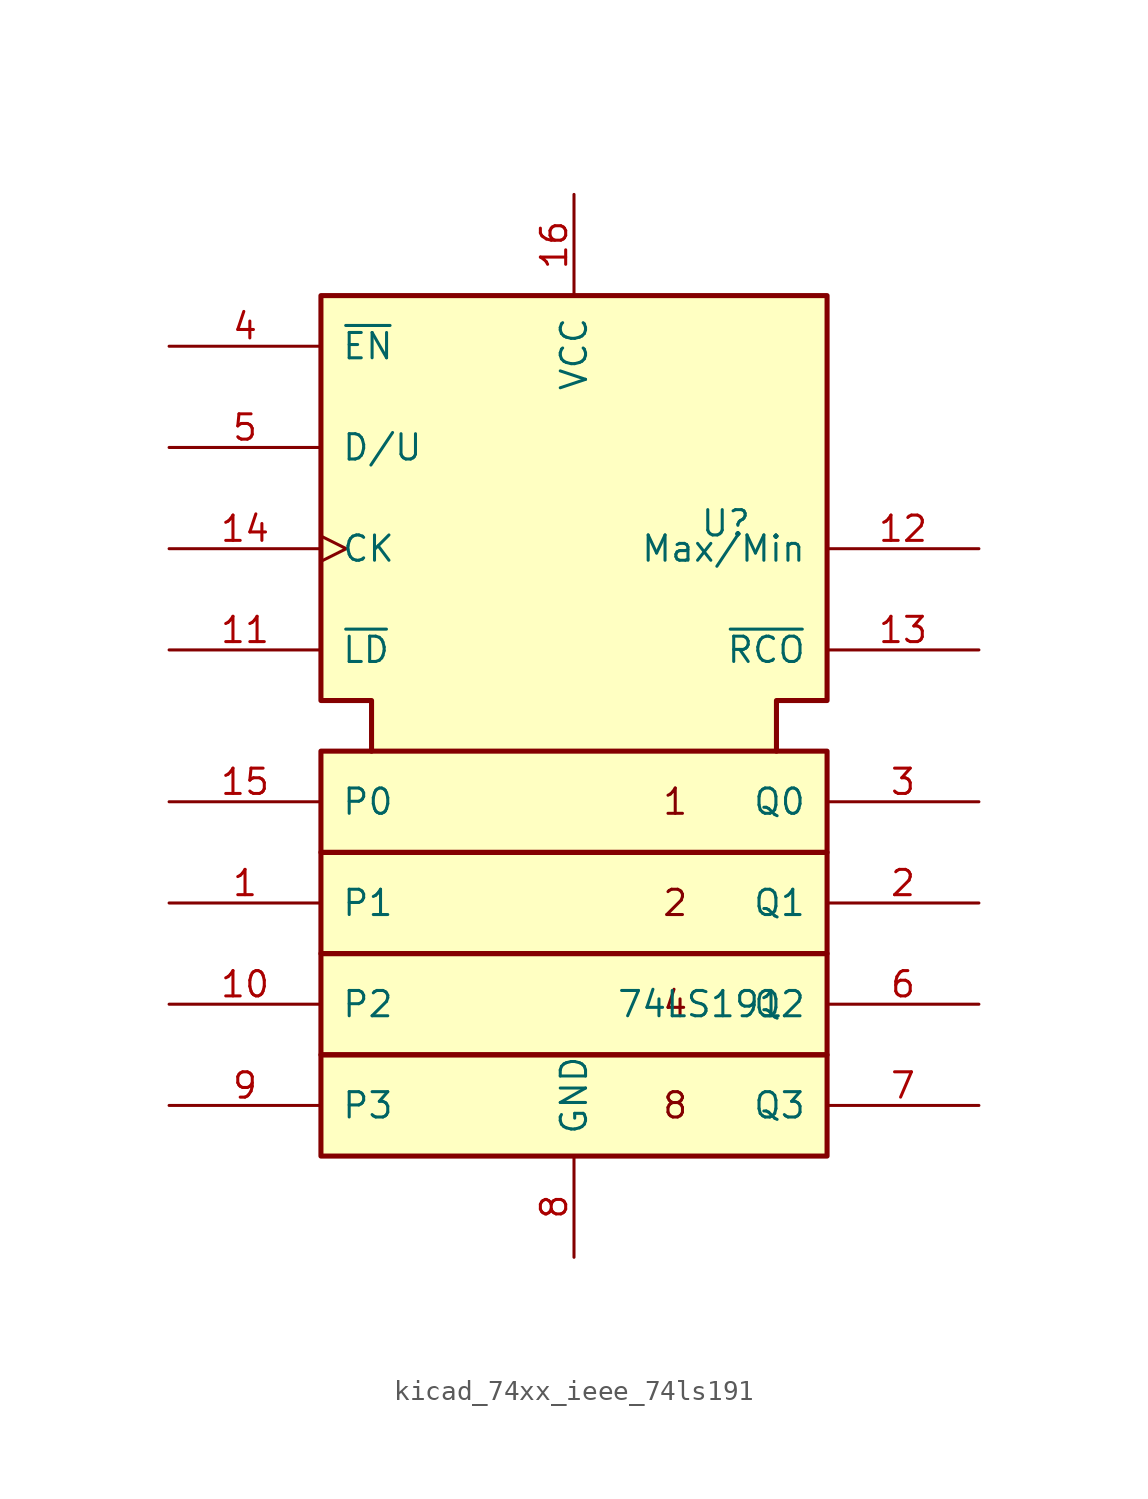
<source format=kicad_sym>
(kicad_symbol_lib
  (version 20220914)
  (generator kicad_symbol_editor)
  (symbol "kicad_74xx_ieee_74ls191"
    (pin_names
      (offset 1.016))
    (property "Reference" "U"
      (at 7.62 11.43 0)
      (effects (font (size 1.27 1.27))))
    (property "Value" "74LS191"
      (at 6.35 -12.7 0)
      (effects (font (size 1.27 1.27))))
    (symbol "kicad_74xx_ieee_74ls191_0_0"
      (rectangle (start -12.7 -15.24) (end 12.7 -20.32) (stroke (width 0.254) (type default)) (fill (type background)))
      (rectangle (start -12.7 -10.16) (end 12.7 -15.24) (stroke (width 0.254) (type default)) (fill (type background)))
      (rectangle (start -12.7 -5.08) (end 12.7 -10.16) (stroke (width 0.254) (type default)) (fill (type background)))
      (rectangle (start -12.7 0) (end 12.7 -5.08) (stroke (width 0.254) (type default)) (fill (type background)))
      (polyline (pts (xy -10.16 0) (xy -10.16 2.54) (xy -12.7 2.54) (xy -12.7 22.86) (xy 12.7 22.86) (xy 12.7 2.54) (xy 10.16 2.54) (xy 10.16 0) (xy 10.16 0)) (stroke (width 0.254) (type default)) (fill (type background)))
      (text "1" (at 5.08 -2.54 0) (effects (font (size 1.27 1.27))))
      (text "2" (at 5.08 -7.62 0) (effects (font (size 1.27 1.27))))
      (text "4" (at 5.08 -12.7 0) (effects (font (size 1.27 1.27))))
      (text "8" (at 5.08 -17.78 0) (effects (font (size 1.27 1.27))))
      (pin power_in line (at 0 27.94 270) (length 5.08) (name "VCC" (effects (font (size 1.27 1.27)))) (number "16" (effects (font (size 1.27 1.27)))))
      (pin power_in line (at 0 -25.4 90) (length 5.08) (name "GND" (effects (font (size 1.27 1.27)))) (number "8" (effects (font (size 1.27 1.27))))))
    (symbol "kicad_74xx_ieee_74ls191_1_1"
      (pin input line (at -20.32 -7.62 0) (length 7.62) (name "P1" (effects (font (size 1.27 1.27)))) (number "1" (effects (font (size 1.27 1.27)))))
      (pin input line (at -20.32 -12.7 0) (length 7.62) (name "P2" (effects (font (size 1.27 1.27)))) (number "10" (effects (font (size 1.27 1.27)))))
      (pin input line (at -20.32 5.08 0) (length 7.62) (name "~{LD}" (effects (font (size 1.27 1.27)))) (number "11" (effects (font (size 1.27 1.27)))))
      (pin output line (at 20.32 10.16 180) (length 7.62) (name "Max/Min" (effects (font (size 1.27 1.27)))) (number "12" (effects (font (size 1.27 1.27)))))
      (pin output line (at 20.32 5.08 180) (length 7.62) (name "~{RCO}" (effects (font (size 1.27 1.27)))) (number "13" (effects (font (size 1.27 1.27)))))
      (pin input clock (at -20.32 10.16 0) (length 7.62) (name "CK" (effects (font (size 1.27 1.27)))) (number "14" (effects (font (size 1.27 1.27)))))
      (pin input line (at -20.32 -2.54 0) (length 7.62) (name "P0" (effects (font (size 1.27 1.27)))) (number "15" (effects (font (size 1.27 1.27)))))
      (pin output line (at 20.32 -7.62 180) (length 7.62) (name "Q1" (effects (font (size 1.27 1.27)))) (number "2" (effects (font (size 1.27 1.27)))))
      (pin output line (at 20.32 -2.54 180) (length 7.62) (name "Q0" (effects (font (size 1.27 1.27)))) (number "3" (effects (font (size 1.27 1.27)))))
      (pin input line (at -20.32 20.32 0) (length 7.62) (name "~{EN}" (effects (font (size 1.27 1.27)))) (number "4" (effects (font (size 1.27 1.27)))))
      (pin input line (at -20.32 15.24 0) (length 7.62) (name "D/U" (effects (font (size 1.27 1.27)))) (number "5" (effects (font (size 1.27 1.27)))))
      (pin output line (at 20.32 -12.7 180) (length 7.62) (name "Q2" (effects (font (size 1.27 1.27)))) (number "6" (effects (font (size 1.27 1.27)))))
      (pin output line (at 20.32 -17.78 180) (length 7.62) (name "Q3" (effects (font (size 1.27 1.27)))) (number "7" (effects (font (size 1.27 1.27)))))
      (pin input line (at -20.32 -17.78 0) (length 7.62) (name "P3" (effects (font (size 1.27 1.27)))) (number "9" (effects (font (size 1.27 1.27))))))))
</source>
